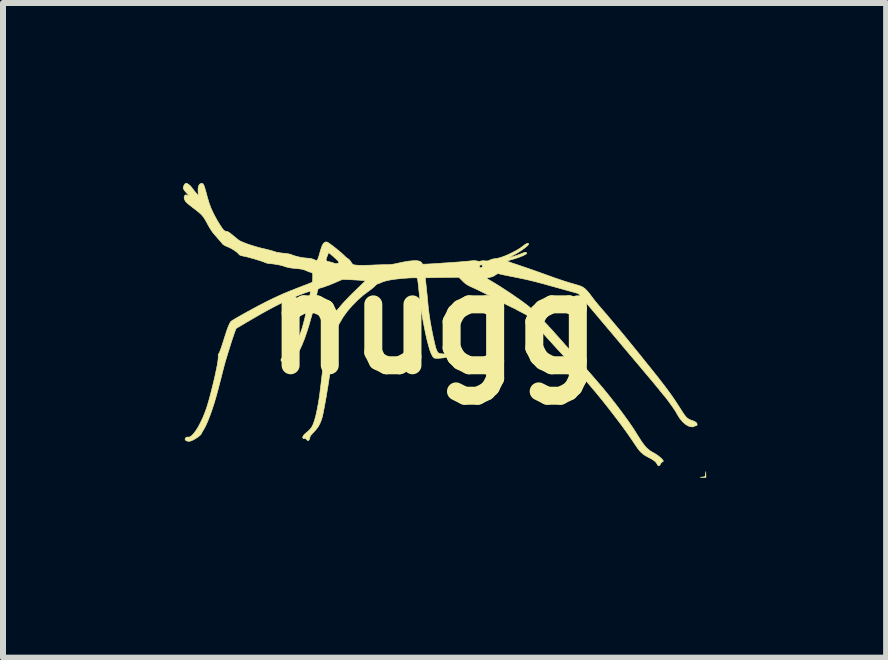
<source format=kicad_pcb>
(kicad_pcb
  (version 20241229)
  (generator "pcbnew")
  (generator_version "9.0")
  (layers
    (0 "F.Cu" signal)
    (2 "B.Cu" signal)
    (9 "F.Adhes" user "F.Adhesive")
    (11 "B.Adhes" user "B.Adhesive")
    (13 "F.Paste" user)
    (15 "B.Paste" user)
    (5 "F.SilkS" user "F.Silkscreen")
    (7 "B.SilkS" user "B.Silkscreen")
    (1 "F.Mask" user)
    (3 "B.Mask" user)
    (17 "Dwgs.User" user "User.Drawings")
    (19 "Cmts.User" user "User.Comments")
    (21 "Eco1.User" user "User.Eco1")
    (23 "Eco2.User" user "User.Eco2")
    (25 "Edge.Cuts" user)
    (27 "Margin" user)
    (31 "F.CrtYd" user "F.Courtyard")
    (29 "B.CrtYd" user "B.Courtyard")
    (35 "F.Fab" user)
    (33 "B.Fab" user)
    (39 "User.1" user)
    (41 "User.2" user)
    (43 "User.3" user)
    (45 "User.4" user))
  (footprint "nugg"
    (layer "F.Cu")
    (at 4.191 2.352)
    (property "Reference" "nugg" (at 0 0 0) (layer "F.SilkS") (effects (font (size 1.524 1.524) (thickness 0.3))))
    (attr through_hole)
    (fp_poly (pts (xy 4.53 2.512) (xy 4.531 2.56) (xy 4.483 2.559) (xy 4.435 2.557) (xy 4.477 2.553) (xy 4.504 2.549) (xy 4.517 2.541) (xy 4.522 2.522) (xy 4.524 2.506) (xy 4.528 2.464) (xy 4.53 2.512)) (stroke (width 0.01) (type solid)) (fill yes) (layer "F.SilkS"))
    (fp_poly (pts (xy -4.114 -2.339) (xy -4.083 -2.317) (xy -4.051 -2.285) (xy -4.034 -2.262) (xy -4.008 -2.228) (xy -3.978 -2.191) (xy -3.967 -2.179) (xy -3.932 -2.139) (xy -3.938 -2.205) (xy -3.938 -2.262) (xy -3.928 -2.306) (xy -3.907 -2.334) (xy -3.891 -2.342) (xy -3.877 -2.345) (xy -3.865 -2.343) (xy -3.854 -2.334) (xy -3.843 -2.316) (xy -3.831 -2.286) (xy -3.818 -2.242) (xy -3.801 -2.183) (xy -3.784 -2.118) (xy -3.755 -2.02) (xy -3.721 -1.928) (xy -3.679 -1.837) (xy -3.627 -1.741) (xy -3.584 -1.669) (xy -3.551 -1.618) (xy -3.527 -1.583) (xy -3.508 -1.562) (xy -3.492 -1.551) (xy -3.486 -1.548) (xy -3.458 -1.542) (xy -3.441 -1.537) (xy -3.425 -1.529) (xy -3.399 -1.51) (xy -3.367 -1.485) (xy -3.354 -1.474) (xy -3.319 -1.445) (xy -3.286 -1.418) (xy -3.26 -1.398) (xy -3.255 -1.394) (xy -3.226 -1.378) (xy -3.181 -1.359) (xy -3.125 -1.337) (xy -3.06 -1.315) (xy -2.992 -1.294) (xy -2.924 -1.274) (xy -2.859 -1.258) (xy -2.844 -1.255) (xy -2.79 -1.242) (xy -2.739 -1.229) (xy -2.696 -1.217) (xy -2.668 -1.208) (xy -2.634 -1.197) (xy -2.586 -1.188) (xy -2.532 -1.181) (xy -2.516 -1.18) (xy -2.468 -1.175) (xy -2.425 -1.168) (xy -2.393 -1.16) (xy -2.383 -1.156) (xy -2.345 -1.141) (xy -2.294 -1.126) (xy -2.236 -1.113) (xy -2.179 -1.103) (xy -2.13 -1.098) (xy -2.116 -1.097) (xy -2.058 -1.092) (xy -2.012 -1.077) (xy -2.012 -1.077) (xy -1.984 -1.064) (xy -1.963 -1.057) (xy -1.958 -1.057) (xy -1.948 -1.066) (xy -1.945 -1.075) (xy -1.803 -1.075) (xy -1.801 -1.058) (xy -1.789 -1.047) (xy -1.766 -1.04) (xy -1.75 -1.037) (xy -1.715 -1.028) (xy -1.688 -1.02) (xy -1.676 -1.015) (xy -1.652 -1.007) (xy -1.624 -1.007) (xy -1.601 -1.012) (xy -1.591 -1.021) (xy -1.593 -1.034) (xy -1.606 -1.053) (xy -1.633 -1.08) (xy -1.673 -1.116) (xy -1.716 -1.153) (xy -1.761 -1.19) (xy -1.778 -1.146) (xy -1.795 -1.103) (xy -1.803 -1.075) (xy -1.945 -1.075) (xy -1.936 -1.095) (xy -1.92 -1.142) (xy -1.915 -1.161) (xy -1.901 -1.209) (xy -1.887 -1.256) (xy -1.874 -1.293) (xy -1.868 -1.308) (xy -1.846 -1.345) (xy -1.819 -1.365) (xy -1.79 -1.367) (xy -1.779 -1.362) (xy -1.754 -1.346) (xy -1.719 -1.321) (xy -1.676 -1.288) (xy -1.63 -1.252) (xy -1.586 -1.216) (xy -1.547 -1.183) (xy -1.518 -1.156) (xy -1.508 -1.147) (xy -1.481 -1.12) (xy -1.455 -1.099) (xy -1.44 -1.09) (xy -1.42 -1.074) (xy -1.397 -1.048) (xy -1.387 -1.033) (xy -1.372 -1.008) (xy -1.358 -0.994) (xy -1.34 -0.986) (xy -1.31 -0.982) (xy -1.292 -0.98) (xy -1.259 -0.978) (xy -1.211 -0.977) (xy -1.152 -0.978) (xy -1.088 -0.979) (xy -1.041 -0.981) (xy -0.977 -0.984) (xy -0.913 -0.986) (xy -0.857 -0.988) (xy -0.812 -0.988) (xy -0.789 -0.988) (xy -0.734 -0.99) (xy -0.671 -0.999) (xy -0.632 -1.007) (xy -0.516 -1.032) (xy -0.419 -1.048) (xy -0.34 -1.055) (xy -0.28 -1.054) (xy -0.237 -1.044) (xy -0.213 -1.025) (xy -0.208 -1.015) (xy -0.194 -0.999) (xy -0.18 -0.996) (xy -0.153 -0.997) (xy -0.109 -0.999) (xy -0.051 -1.002) (xy 0.017 -1.006) (xy 0.093 -1.011) (xy 0.174 -1.017) (xy 0.255 -1.022) (xy 0.334 -1.028) (xy 0.408 -1.033) (xy 0.474 -1.039) (xy 0.527 -1.043) (xy 0.566 -1.047) (xy 0.58 -1.048) (xy 0.635 -1.054) (xy 0.674 -1.055) (xy 0.704 -1.052) (xy 0.717 -1.049) (xy 0.751 -1.042) (xy 0.775 -1.048) (xy 0.799 -1.054) (xy 0.833 -1.054) (xy 0.844 -1.052) (xy 0.883 -1.05) (xy 0.914 -1.058) (xy 0.932 -1.067) (xy 0.966 -1.08) (xy 1 -1.087) (xy 1.006 -1.087) (xy 1.05 -1.093) (xy 1.107 -1.108) (xy 1.173 -1.131) (xy 1.243 -1.161) (xy 1.313 -1.195) (xy 1.38 -1.231) (xy 1.439 -1.268) (xy 1.477 -1.296) (xy 1.518 -1.327) (xy 1.549 -1.344) (xy 1.568 -1.345) (xy 1.575 -1.332) (xy 1.575 -1.332) (xy 1.566 -1.317) (xy 1.543 -1.294) (xy 1.508 -1.266) (xy 1.465 -1.234) (xy 1.416 -1.202) (xy 1.365 -1.171) (xy 1.315 -1.144) (xy 1.284 -1.127) (xy 1.263 -1.115) (xy 1.256 -1.108) (xy 1.257 -1.108) (xy 1.273 -1.111) (xy 1.302 -1.119) (xy 1.341 -1.132) (xy 1.384 -1.146) (xy 1.425 -1.161) (xy 1.461 -1.174) (xy 1.485 -1.184) (xy 1.487 -1.186) (xy 1.515 -1.195) (xy 1.535 -1.192) (xy 1.544 -1.179) (xy 1.544 -1.178) (xy 1.535 -1.168) (xy 1.51 -1.153) (xy 1.473 -1.135) (xy 1.426 -1.116) (xy 1.375 -1.098) (xy 1.324 -1.082) (xy 1.282 -1.07) (xy 1.247 -1.06) (xy 1.224 -1.052) (xy 1.219 -1.051) (xy 1.223 -1.046) (xy 1.244 -1.036) (xy 1.279 -1.023) (xy 1.325 -1.007) (xy 1.372 -0.992) (xy 1.426 -0.974) (xy 1.495 -0.95) (xy 1.575 -0.923) (xy 1.66 -0.893) (xy 1.747 -0.862) (xy 1.831 -0.832) (xy 1.834 -0.831) (xy 1.929 -0.797) (xy 2.009 -0.768) (xy 2.08 -0.744) (xy 2.144 -0.722) (xy 2.208 -0.702) (xy 2.276 -0.681) (xy 2.352 -0.659) (xy 2.413 -0.641) (xy 2.45 -0.628) (xy 2.484 -0.61) (xy 2.516 -0.586) (xy 2.55 -0.552) (xy 2.589 -0.506) (xy 2.635 -0.445) (xy 2.637 -0.442) (xy 2.665 -0.405) (xy 2.703 -0.358) (xy 2.746 -0.306) (xy 2.79 -0.254) (xy 2.808 -0.234) (xy 2.893 -0.135) (xy 2.989 -0.021) (xy 3.095 0.105) (xy 3.208 0.242) (xy 3.327 0.388) (xy 3.452 0.542) (xy 3.506 0.61) (xy 3.592 0.716) (xy 3.666 0.809) (xy 3.731 0.89) (xy 3.786 0.962) (xy 3.835 1.025) (xy 3.879 1.083) (xy 3.918 1.136) (xy 3.955 1.188) (xy 3.991 1.239) (xy 4.027 1.293) (xy 4.065 1.351) (xy 4.106 1.415) (xy 4.145 1.476) (xy 4.181 1.528) (xy 4.214 1.565) (xy 4.25 1.59) (xy 4.292 1.608) (xy 4.304 1.611) (xy 4.344 1.627) (xy 4.372 1.647) (xy 4.385 1.669) (xy 4.381 1.69) (xy 4.379 1.691) (xy 4.362 1.701) (xy 4.353 1.7) (xy 4.34 1.701) (xy 4.338 1.706) (xy 4.329 1.713) (xy 4.307 1.717) (xy 4.302 1.717) (xy 4.249 1.707) (xy 4.196 1.679) (xy 4.143 1.633) (xy 4.092 1.571) (xy 4.045 1.495) (xy 4.034 1.473) (xy 4.02 1.45) (xy 3.996 1.414) (xy 3.966 1.371) (xy 3.932 1.324) (xy 3.898 1.277) (xy 3.865 1.234) (xy 3.838 1.2) (xy 3.823 1.184) (xy 3.807 1.164) (xy 3.784 1.136) (xy 3.769 1.118) (xy 3.75 1.093) (xy 3.721 1.058) (xy 3.683 1.012) (xy 3.636 0.955) (xy 3.577 0.885) (xy 3.508 0.803) (xy 3.427 0.706) (xy 3.333 0.595) (xy 3.307 0.564) (xy 3.254 0.502) (xy 3.205 0.443) (xy 3.16 0.39) (xy 3.122 0.345) (xy 3.093 0.31) (xy 3.074 0.287) (xy 3.068 0.281) (xy 3.035 0.241) (xy 2.993 0.192) (xy 2.945 0.134) (xy 2.891 0.071) (xy 2.835 0.004) (xy 2.776 -0.065) (xy 2.718 -0.135) (xy 2.66 -0.203) (xy 2.606 -0.267) (xy 2.557 -0.325) (xy 2.514 -0.376) (xy 2.479 -0.417) (xy 2.454 -0.447) (xy 2.44 -0.464) (xy 2.438 -0.465) (xy 2.403 -0.507) (xy 2.123 -0.585) (xy 2.008 -0.617) (xy 1.909 -0.644) (xy 1.825 -0.668) (xy 1.752 -0.687) (xy 1.689 -0.704) (xy 1.632 -0.718) (xy 1.579 -0.731) (xy 1.527 -0.743) (xy 1.474 -0.754) (xy 1.416 -0.766) (xy 1.353 -0.779) (xy 1.331 -0.783) (xy 1.261 -0.797) (xy 1.198 -0.81) (xy 1.144 -0.821) (xy 1.102 -0.831) (xy 1.074 -0.837) (xy 1.064 -0.84) (xy 1.052 -0.837) (xy 1.032 -0.824) (xy 1.025 -0.819) (xy 0.979 -0.791) (xy 0.916 -0.774) (xy 0.89 -0.77) (xy 0.879 -0.768) (xy 0.878 -0.763) (xy 0.887 -0.754) (xy 0.909 -0.739) (xy 0.946 -0.717) (xy 0.971 -0.702) (xy 1.038 -0.662) (xy 1.111 -0.616) (xy 1.189 -0.565) (xy 1.269 -0.513) (xy 1.347 -0.459) (xy 1.421 -0.408) (xy 1.488 -0.36) (xy 1.545 -0.317) (xy 1.589 -0.282) (xy 1.61 -0.263) (xy 1.671 -0.206) (xy 1.736 -0.141) (xy 1.807 -0.067) (xy 1.887 0.017) (xy 1.975 0.113) (xy 2.073 0.223) (xy 2.155 0.315) (xy 2.185 0.35) (xy 2.225 0.395) (xy 2.27 0.446) (xy 2.316 0.497) (xy 2.339 0.523) (xy 2.384 0.575) (xy 2.432 0.629) (xy 2.477 0.681) (xy 2.516 0.726) (xy 2.531 0.743) (xy 2.568 0.786) (xy 2.613 0.838) (xy 2.66 0.892) (xy 2.698 0.936) (xy 2.813 1.07) (xy 2.926 1.209) (xy 3.035 1.348) (xy 3.138 1.485) (xy 3.234 1.617) (xy 3.319 1.741) (xy 3.391 1.855) (xy 3.4 1.869) (xy 3.438 1.93) (xy 3.476 1.986) (xy 3.512 2.032) (xy 3.541 2.066) (xy 3.558 2.08) (xy 3.579 2.098) (xy 3.589 2.107) (xy 3.604 2.118) (xy 3.631 2.134) (xy 3.665 2.153) (xy 3.668 2.155) (xy 3.705 2.177) (xy 3.742 2.204) (xy 3.776 2.232) (xy 3.803 2.259) (xy 3.818 2.279) (xy 3.82 2.287) (xy 3.812 2.298) (xy 3.802 2.303) (xy 3.785 2.315) (xy 3.772 2.337) (xy 3.757 2.361) (xy 3.74 2.366) (xy 3.723 2.351) (xy 3.718 2.34) (xy 3.702 2.313) (xy 3.675 2.286) (xy 3.633 2.257) (xy 3.575 2.226) (xy 3.571 2.224) (xy 3.516 2.194) (xy 3.472 2.162) (xy 3.432 2.124) (xy 3.393 2.075) (xy 3.355 2.019) (xy 3.285 1.915) (xy 3.204 1.799) (xy 3.113 1.674) (xy 3.014 1.544) (xy 2.911 1.41) (xy 2.804 1.275) (xy 2.696 1.143) (xy 2.589 1.016) (xy 2.486 0.897) (xy 2.483 0.894) (xy 2.445 0.851) (xy 2.4 0.8) (xy 2.35 0.745) (xy 2.298 0.687) (xy 2.247 0.631) (xy 2.2 0.578) (xy 2.158 0.532) (xy 2.124 0.496) (xy 2.103 0.472) (xy 2.066 0.433) (xy 2.025 0.388) (xy 1.991 0.351) (xy 1.958 0.314) (xy 1.923 0.275) (xy 1.894 0.244) (xy 1.894 0.244) (xy 1.868 0.215) (xy 1.832 0.174) (xy 1.79 0.125) (xy 1.744 0.072) (xy 1.698 0.019) (xy 1.656 -0.03) (xy 1.621 -0.073) (xy 1.614 -0.081) (xy 1.587 -0.111) (xy 1.558 -0.136) (xy 1.522 -0.16) (xy 1.472 -0.186) (xy 1.469 -0.188) (xy 1.429 -0.208) (xy 1.396 -0.226) (xy 1.373 -0.238) (xy 1.366 -0.243) (xy 1.354 -0.25) (xy 1.33 -0.261) (xy 1.313 -0.269) (xy 1.289 -0.28) (xy 1.251 -0.299) (xy 1.202 -0.323) (xy 1.146 -0.352) (xy 1.087 -0.382) (xy 1.082 -0.385) (xy 0.996 -0.43) (xy 0.926 -0.467) (xy 0.869 -0.496) (xy 0.823 -0.52) (xy 0.785 -0.539) (xy 0.753 -0.555) (xy 0.725 -0.569) (xy 0.699 -0.581) (xy 0.671 -0.594) (xy 0.641 -0.607) (xy 0.588 -0.632) (xy 0.548 -0.654) (xy 0.515 -0.677) (xy 0.483 -0.706) (xy 0.472 -0.717) (xy 0.411 -0.778) (xy 0.132 -0.775) (xy 0.059 -0.774) (xy -0.007 -0.772) (xy -0.063 -0.771) (xy -0.107 -0.77) (xy -0.136 -0.77) (xy -0.148 -0.769) (xy -0.148 -0.769) (xy -0.147 -0.759) (xy -0.145 -0.732) (xy -0.141 -0.694) (xy -0.136 -0.65) (xy -0.13 -0.599) (xy -0.124 -0.534) (xy -0.116 -0.462) (xy -0.11 -0.39) (xy -0.106 -0.351) (xy -0.096 -0.246) (xy -0.082 -0.141) (xy -0.065 -0.031) (xy -0.043 0.088) (xy -0.016 0.221) (xy -0.015 0.224) (xy 0.003 0.305) (xy 0.018 0.369) (xy 0.032 0.417) (xy 0.046 0.452) (xy 0.061 0.475) (xy 0.079 0.489) (xy 0.1 0.496) (xy 0.125 0.498) (xy 0.129 0.498) (xy 0.174 0.502) (xy 0.203 0.515) (xy 0.213 0.536) (xy 0.213 0.538) (xy 0.21 0.55) (xy 0.196 0.557) (xy 0.168 0.563) (xy 0.155 0.565) (xy 0.111 0.57) (xy 0.066 0.573) (xy 0.046 0.573) (xy 0.015 0.572) (xy -0.004 0.566) (xy -0.02 0.55) (xy -0.027 0.54) (xy -0.049 0.499) (xy -0.072 0.44) (xy -0.095 0.362) (xy -0.12 0.267) (xy -0.145 0.156) (xy -0.17 0.031) (xy -0.192 -0.086) (xy -0.204 -0.159) (xy -0.215 -0.224) (xy -0.224 -0.285) (xy -0.232 -0.348) (xy -0.24 -0.417) (xy -0.249 -0.496) (xy -0.259 -0.591) (xy -0.259 -0.598) (xy -0.265 -0.653) (xy -0.271 -0.701) (xy -0.276 -0.737) (xy -0.279 -0.76) (xy -0.281 -0.764) (xy -0.293 -0.768) (xy -0.323 -0.77) (xy -0.367 -0.769) (xy -0.405 -0.768) (xy -0.532 -0.759) (xy -0.644 -0.747) (xy -0.738 -0.733) (xy -0.814 -0.716) (xy -0.871 -0.697) (xy -0.885 -0.69) (xy -0.913 -0.678) (xy -0.935 -0.671) (xy -0.939 -0.671) (xy -0.955 -0.663) (xy -0.976 -0.646) (xy -0.988 -0.634) (xy -1.014 -0.609) (xy -1.049 -0.58) (xy -1.082 -0.556) (xy -1.181 -0.482) (xy -1.278 -0.397) (xy -1.369 -0.305) (xy -1.451 -0.209) (xy -1.521 -0.112) (xy -1.575 -0.02) (xy -1.594 0.014) (xy -1.616 0.044) (xy -1.623 0.053) (xy -1.638 0.073) (xy -1.647 0.096) (xy -1.652 0.131) (xy -1.653 0.149) (xy -1.657 0.206) (xy -1.665 0.277) (xy -1.675 0.361) (xy -1.687 0.455) (xy -1.701 0.558) (xy -1.716 0.666) (xy -1.732 0.779) (xy -1.75 0.892) (xy -1.767 1.005) (xy -1.785 1.114) (xy -1.802 1.218) (xy -1.819 1.313) (xy -1.835 1.399) (xy -1.849 1.473) (xy -1.862 1.531) (xy -1.872 1.573) (xy -1.875 1.583) (xy -1.903 1.655) (xy -1.934 1.714) (xy -1.974 1.766) (xy -2.013 1.808) (xy -2.047 1.844) (xy -2.067 1.871) (xy -2.073 1.892) (xy -2.073 1.892) (xy -2.079 1.919) (xy -2.09 1.936) (xy -2.103 1.946) (xy -2.113 1.944) (xy -2.128 1.927) (xy -2.147 1.909) (xy -2.16 1.91) (xy -2.176 1.914) (xy -2.183 1.911) (xy -2.194 1.895) (xy -2.187 1.871) (xy -2.166 1.843) (xy -2.131 1.812) (xy -2.096 1.783) (xy -2.064 1.748) (xy -2.046 1.726) (xy -2.022 1.68) (xy -1.998 1.614) (xy -1.975 1.531) (xy -1.953 1.431) (xy -1.931 1.315) (xy -1.911 1.185) (xy -1.893 1.042) (xy -1.89 1.014) (xy -1.885 0.97) (xy -1.878 0.912) (xy -1.87 0.847) (xy -1.862 0.779) (xy -1.859 0.749) (xy -1.85 0.668) (xy -1.843 0.604) (xy -1.84 0.556) (xy -1.84 0.521) (xy -1.842 0.497) (xy -1.847 0.48) (xy -1.856 0.469) (xy -1.861 0.466) (xy -1.882 0.451) (xy -1.862 0.411) (xy -1.84 0.358) (xy -1.82 0.292) (xy -1.804 0.211) (xy -1.794 0.152) (xy -1.785 0.096) (xy -1.772 0.035) (xy -1.759 -0.021) (xy -1.754 -0.04) (xy -1.74 -0.083) (xy -1.727 -0.114) (xy -1.71 -0.139) (xy -1.686 -0.166) (xy -1.669 -0.182) (xy -1.634 -0.217) (xy -1.593 -0.261) (xy -1.556 -0.305) (xy -1.546 -0.316) (xy -1.52 -0.347) (xy -1.482 -0.388) (xy -1.436 -0.436) (xy -1.385 -0.488) (xy -1.332 -0.541) (xy -1.315 -0.556) (xy -1.147 -0.719) (xy -1.191 -0.725) (xy -1.217 -0.727) (xy -1.258 -0.73) (xy -1.31 -0.733) (xy -1.366 -0.736) (xy -1.382 -0.737) (xy -1.529 -0.743) (xy -1.631 -0.699) (xy -1.745 -0.651) (xy -1.846 -0.615) (xy -1.897 -0.6) (xy -1.921 -0.593) (xy -1.935 -0.583) (xy -1.943 -0.565) (xy -1.951 -0.533) (xy -1.951 -0.531) (xy -1.958 -0.496) (xy -1.969 -0.449) (xy -1.982 -0.392) (xy -1.996 -0.332) (xy -2.01 -0.273) (xy -2.023 -0.219) (xy -2.033 -0.175) (xy -2.041 -0.145) (xy -2.042 -0.142) (xy -2.084 0.007) (xy -2.125 0.137) (xy -2.164 0.249) (xy -2.202 0.344) (xy -2.238 0.422) (xy -2.274 0.484) (xy -2.31 0.532) (xy -2.323 0.545) (xy -2.365 0.581) (xy -2.41 0.609) (xy -2.454 0.628) (xy -2.494 0.636) (xy -2.527 0.634) (xy -2.55 0.62) (xy -2.556 0.607) (xy -2.554 0.586) (xy -2.54 0.568) (xy -2.52 0.562) (xy -2.513 0.563) (xy -2.495 0.564) (xy -2.469 0.557) (xy -2.469 0.557) (xy -2.443 0.54) (xy -2.413 0.506) (xy -2.379 0.458) (xy -2.344 0.399) (xy -2.308 0.331) (xy -2.273 0.257) (xy -2.241 0.18) (xy -2.213 0.103) (xy -2.197 0.051) (xy -2.181 -0.008) (xy -2.164 -0.073) (xy -2.147 -0.144) (xy -2.129 -0.217) (xy -2.113 -0.288) (xy -2.098 -0.356) (xy -2.085 -0.418) (xy -2.075 -0.47) (xy -2.068 -0.511) (xy -2.065 -0.537) (xy -2.065 -0.545) (xy -2.076 -0.543) (xy -2.102 -0.536) (xy -2.138 -0.524) (xy -2.167 -0.514) (xy -2.281 -0.47) (xy -2.401 -0.419) (xy -2.528 -0.359) (xy -2.665 -0.289) (xy -2.813 -0.21) (xy -2.973 -0.119) (xy -3.115 -0.036) (xy -3.169 -0.004) (xy -3.218 0.025) (xy -3.257 0.048) (xy -3.286 0.065) (xy -3.3 0.073) (xy -3.301 0.073) (xy -3.307 0.084) (xy -3.318 0.112) (xy -3.333 0.153) (xy -3.351 0.206) (xy -3.372 0.268) (xy -3.394 0.337) (xy -3.416 0.408) (xy -3.439 0.481) (xy -3.46 0.551) (xy -3.48 0.617) (xy -3.497 0.676) (xy -3.509 0.721) (xy -3.528 0.796) (xy -3.549 0.879) (xy -3.571 0.964) (xy -3.591 1.041) (xy -3.597 1.067) (xy -3.631 1.191) (xy -3.666 1.311) (xy -3.703 1.425) (xy -3.74 1.529) (xy -3.776 1.621) (xy -3.811 1.7) (xy -3.844 1.761) (xy -3.856 1.78) (xy -3.871 1.805) (xy -3.88 1.823) (xy -3.881 1.827) (xy -3.89 1.842) (xy -3.912 1.864) (xy -3.944 1.889) (xy -3.981 1.913) (xy -4.019 1.934) (xy -4.054 1.95) (xy -4.071 1.955) (xy -4.104 1.957) (xy -4.133 1.949) (xy -4.152 1.933) (xy -4.155 1.921) (xy -4.147 1.9) (xy -4.126 1.887) (xy -4.106 1.887) (xy -4.08 1.886) (xy -4.049 1.867) (xy -4.015 1.833) (xy -3.978 1.784) (xy -3.939 1.723) (xy -3.901 1.651) (xy -3.862 1.571) (xy -3.826 1.483) (xy -3.797 1.402) (xy -3.777 1.339) (xy -3.756 1.267) (xy -3.734 1.186) (xy -3.712 1.1) (xy -3.69 1.012) (xy -3.669 0.924) (xy -3.65 0.839) (xy -3.633 0.76) (xy -3.619 0.689) (xy -3.609 0.628) (xy -3.603 0.582) (xy -3.601 0.551) (xy -3.601 0.545) (xy -3.603 0.514) (xy -3.595 0.497) (xy -3.592 0.494) (xy -3.584 0.481) (xy -3.572 0.452) (xy -3.556 0.409) (xy -3.538 0.356) (xy -3.519 0.296) (xy -3.511 0.271) (xy -3.483 0.183) (xy -3.46 0.112) (xy -3.44 0.057) (xy -3.422 0.015) (xy -3.407 -0.017) (xy -3.392 -0.039) (xy -3.391 -0.041) (xy -3.378 -0.051) (xy -3.349 -0.069) (xy -3.308 -0.094) (xy -3.256 -0.124) (xy -3.195 -0.158) (xy -3.129 -0.195) (xy -3.059 -0.233) (xy -2.988 -0.272) (xy -2.918 -0.309) (xy -2.852 -0.343) (xy -2.793 -0.374) (xy -2.789 -0.376) (xy -2.696 -0.421) (xy -2.606 -0.463) (xy -2.515 -0.504) (xy -2.416 -0.545) (xy -2.307 -0.588) (xy -2.222 -0.621) (xy -2.165 -0.643) (xy -2.114 -0.662) (xy -2.074 -0.679) (xy -2.046 -0.69) (xy -2.033 -0.696) (xy -2.033 -0.696) (xy -2.03 -0.709) (xy -2.028 -0.736) (xy -2.026 -0.773) (xy -2.026 -0.778) (xy -2.026 -0.816) (xy -2.028 -0.839) (xy -2.033 -0.851) (xy -2.044 -0.856) (xy -2.055 -0.859) (xy -2.081 -0.867) (xy -2.116 -0.88) (xy -2.139 -0.891) (xy -2.174 -0.904) (xy -2.215 -0.914) (xy -2.268 -0.921) (xy -2.31 -0.925) (xy -2.378 -0.932) (xy -2.436 -0.942) (xy -2.479 -0.954) (xy -2.481 -0.955) (xy -2.493 -0.959) (xy 0.753 -0.959) (xy 0.756 -0.949) (xy 0.769 -0.936) (xy 0.787 -0.938) (xy 0.802 -0.954) (xy 0.807 -0.974) (xy 0.795 -0.984) (xy 0.781 -0.986) (xy 0.76 -0.978) (xy 0.753 -0.959) (xy -2.493 -0.959) (xy -2.525 -0.969) (xy -2.581 -0.983) (xy -2.641 -0.994) (xy -2.697 -1.002) (xy -2.742 -1.006) (xy -2.745 -1.006) (xy -2.781 -1.011) (xy -2.818 -1.023) (xy -2.822 -1.025) (xy -2.849 -1.036) (xy -2.891 -1.051) (xy -2.944 -1.067) (xy -3.001 -1.085) (xy -3.06 -1.101) (xy -3.114 -1.116) (xy -3.16 -1.127) (xy -3.193 -1.133) (xy -3.193 -1.133) (xy -3.228 -1.141) (xy -3.252 -1.155) (xy -3.264 -1.17) (xy -3.288 -1.194) (xy -3.326 -1.222) (xy -3.372 -1.251) (xy -3.42 -1.276) (xy -3.465 -1.295) (xy -3.468 -1.296) (xy -3.501 -1.312) (xy -3.527 -1.33) (xy -3.533 -1.338) (xy -3.548 -1.357) (xy -3.572 -1.385) (xy -3.602 -1.419) (xy -3.619 -1.439) (xy -3.663 -1.489) (xy -3.699 -1.533) (xy -3.729 -1.578) (xy -3.76 -1.629) (xy -3.794 -1.692) (xy -3.819 -1.737) (xy -3.843 -1.774) (xy -3.868 -1.807) (xy -3.9 -1.839) (xy -3.94 -1.873) (xy -3.992 -1.914) (xy -4.02 -1.935) (xy -4.062 -1.968) (xy -4.1 -1.998) (xy -4.129 -2.024) (xy -4.146 -2.041) (xy -4.147 -2.042) (xy -4.167 -2.082) (xy -4.171 -2.116) (xy -4.162 -2.138) (xy -4.149 -2.152) (xy -4.132 -2.151) (xy -4.121 -2.146) (xy -4.102 -2.139) (xy -4.096 -2.142) (xy -4.104 -2.155) (xy -4.126 -2.18) (xy -4.14 -2.196) (xy -4.164 -2.224) (xy -4.18 -2.25) (xy -4.186 -2.266) (xy -4.181 -2.293) (xy -4.168 -2.32) (xy -4.152 -2.34) (xy -4.139 -2.347) (xy -4.114 -2.339)) (stroke (width 0.01) (type solid)) (fill yes) (layer "F.SilkS")))
  (gr_rect
    (start -3 -3)
    (end 11.727 7.917)
    (stroke (width 0.1) (type default))
    (fill no)
    (layer "Edge.Cuts")))
</source>
